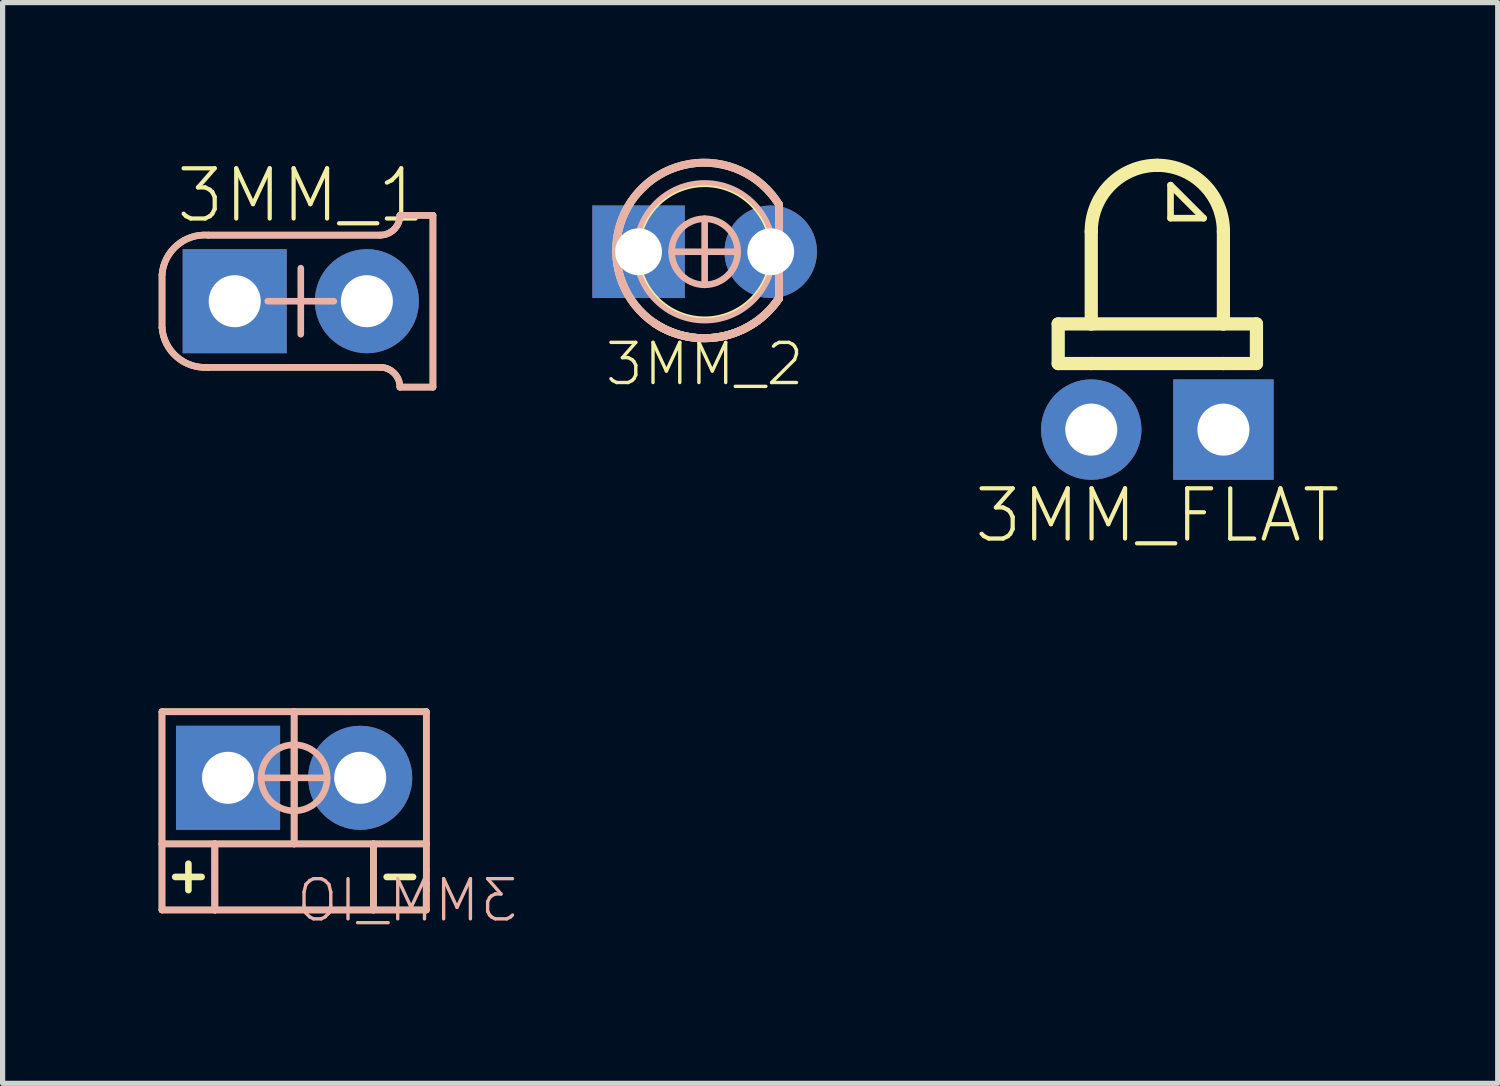
<source format=kicad_pcb>
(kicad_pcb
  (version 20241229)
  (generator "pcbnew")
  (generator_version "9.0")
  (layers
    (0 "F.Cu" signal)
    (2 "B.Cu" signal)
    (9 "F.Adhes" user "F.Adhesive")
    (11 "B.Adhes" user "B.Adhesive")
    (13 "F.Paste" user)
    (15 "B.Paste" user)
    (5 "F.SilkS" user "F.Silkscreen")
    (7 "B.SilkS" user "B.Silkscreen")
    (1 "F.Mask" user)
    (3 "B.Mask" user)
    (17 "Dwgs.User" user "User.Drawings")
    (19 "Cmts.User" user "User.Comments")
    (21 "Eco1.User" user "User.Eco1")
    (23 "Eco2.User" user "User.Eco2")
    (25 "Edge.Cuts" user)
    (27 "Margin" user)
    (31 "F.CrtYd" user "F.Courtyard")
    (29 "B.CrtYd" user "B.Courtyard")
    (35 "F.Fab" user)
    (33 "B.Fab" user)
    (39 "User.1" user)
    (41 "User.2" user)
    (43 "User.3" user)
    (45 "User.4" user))
  (footprint "3MM_IO"
    (layer "F.Cu")
    (at 2.603 11.899)
    (property "Reference" "3MM_IO" (at 0 1.905 0) (layer "B.SilkS") (effects (font (size 0.772 0.772) (thickness 0.065)) (justify right top mirror)))
    (attr through_hole)
    (fp_line (start -2.54 -1.27) (end 0 -1.27) (stroke (width 0.127) (type solid)) (layer "F.SilkS"))
    (fp_line (start -2.54 1.27) (end -2.54 -1.27) (stroke (width 0.127) (type solid)) (layer "F.SilkS"))
    (fp_line (start -2.54 2.54) (end -2.54 1.27) (stroke (width 0.127) (type solid)) (layer "F.SilkS"))
    (fp_line (start -2.286 1.905) (end -1.778 1.905) (stroke (width 0.127) (type solid)) (layer "F.SilkS"))
    (fp_line (start -2.032 1.651) (end -2.032 2.159) (stroke (width 0.127) (type solid)) (layer "F.SilkS"))
    (fp_line (start -1.524 1.27) (end -2.54 1.27) (stroke (width 0.127) (type solid)) (layer "F.SilkS"))
    (fp_line (start -1.524 1.27) (end -1.524 2.54) (stroke (width 0.127) (type solid)) (layer "F.SilkS"))
    (fp_line (start -1.524 2.54) (end -2.54 2.54) (stroke (width 0.127) (type solid)) (layer "F.SilkS"))
    (fp_line (start 0 1.27) (end -1.524 1.27) (stroke (width 0.127) (type solid)) (layer "F.SilkS"))
    (fp_line (start 0 1.27) (end 0 -1.27) (stroke (width 0.127) (type solid)) (layer "F.SilkS"))
    (fp_line (start 1.524 1.27) (end 0 1.27) (stroke (width 0.127) (type solid)) (layer "F.SilkS"))
    (fp_line (start 1.524 1.27) (end 1.524 2.54) (stroke (width 0.127) (type solid)) (layer "F.SilkS"))
    (fp_line (start 1.524 2.54) (end -1.524 2.54) (stroke (width 0.127) (type solid)) (layer "F.SilkS"))
    (fp_line (start 1.778 1.905) (end 2.286 1.905) (stroke (width 0.127) (type solid)) (layer "F.SilkS"))
    (fp_line (start 2.54 -1.27) (end 0 -1.27) (stroke (width 0.127) (type solid)) (layer "F.SilkS"))
    (fp_line (start 2.54 -1.27) (end 2.54 1.27) (stroke (width 0.127) (type solid)) (layer "F.SilkS"))
    (fp_line (start 2.54 1.27) (end 1.524 1.27) (stroke (width 0.127) (type solid)) (layer "F.SilkS"))
    (fp_line (start 2.54 1.27) (end 2.54 1.778) (stroke (width 0.127) (type solid)) (layer "F.SilkS"))
    (fp_line (start 2.54 1.778) (end 2.54 2.032) (stroke (width 0.127) (type solid)) (layer "F.SilkS"))
    (fp_line (start 2.54 2.032) (end 2.54 2.159) (stroke (width 0.127) (type solid)) (layer "F.SilkS"))
    (fp_line (start 2.54 2.159) (end 2.54 2.54) (stroke (width 0.127) (type solid)) (layer "F.SilkS"))
    (fp_line (start 2.54 2.54) (end 1.524 2.54) (stroke (width 0.127) (type solid)) (layer "F.SilkS"))
    (fp_line (start -2.54 -1.27) (end -2.54 1.27) (stroke (width 0.127) (type solid)) (layer "B.SilkS"))
    (fp_line (start -2.54 1.27) (end -2.54 2.54) (stroke (width 0.127) (type solid)) (layer "B.SilkS"))
    (fp_line (start -2.54 1.27) (end -1.524 1.27) (stroke (width 0.127) (type solid)) (layer "B.SilkS"))
    (fp_line (start -2.54 2.54) (end -1.524 2.54) (stroke (width 0.127) (type solid)) (layer "B.SilkS"))
    (fp_line (start -1.524 1.27) (end -1.524 2.54) (stroke (width 0.127) (type solid)) (layer "B.SilkS"))
    (fp_line (start -1.524 1.27) (end -1.524 2.54) (stroke (width 0.127) (type solid)) (layer "B.SilkS"))
    (fp_line (start -1.524 1.27) (end 0 1.27) (stroke (width 0.127) (type solid)) (layer "B.SilkS"))
    (fp_line (start -1.524 2.54) (end 1.524 2.54) (stroke (width 0.127) (type solid)) (layer "B.SilkS"))
    (fp_line (start -0.635 0) (end 0.635 0) (stroke (width 0.127) (type solid)) (layer "B.SilkS"))
    (fp_line (start 0 -1.27) (end -2.54 -1.27) (stroke (width 0.127) (type solid)) (layer "B.SilkS"))
    (fp_line (start 0 -1.27) (end 2.54 -1.27) (stroke (width 0.127) (type solid)) (layer "B.SilkS"))
    (fp_line (start 0 -0.635) (end 0 0.635) (stroke (width 0.127) (type solid)) (layer "B.SilkS"))
    (fp_line (start 0 1.27) (end 0 -1.27) (stroke (width 0.127) (type solid)) (layer "B.SilkS"))
    (fp_line (start 0 1.27) (end 1.524 1.27) (stroke (width 0.127) (type solid)) (layer "B.SilkS"))
    (fp_line (start 1.524 1.27) (end 1.524 2.54) (stroke (width 0.127) (type solid)) (layer "B.SilkS"))
    (fp_line (start 1.524 1.27) (end 2.54 1.27) (stroke (width 0.127) (type solid)) (layer "B.SilkS"))
    (fp_line (start 1.524 2.54) (end 2.54 2.54) (stroke (width 0.127) (type solid)) (layer "B.SilkS"))
    (fp_line (start 2.54 1.27) (end 2.54 -1.27) (stroke (width 0.127) (type solid)) (layer "B.SilkS"))
    (fp_line (start 2.54 2.159) (end 2.54 1.27) (stroke (width 0.127) (type solid)) (layer "B.SilkS"))
    (fp_line (start 2.54 2.54) (end 2.54 2.159) (stroke (width 0.127) (type solid)) (layer "B.SilkS"))
    (fp_circle (center 0 0) (end 0.635 0) (stroke (width 0.127) (type solid)) (fill no) (layer "B.SilkS"))
    (pad "A" thru_hole rect (at -1.27 0) (size 2 2) (drill 1) (layers "*.Cu" "*.Mask"))
    (pad "K" thru_hole oval (at 1.27 0) (size 2 2) (drill 1) (layers "*.Cu" "*.Mask")))
  (footprint "3MM_1"
    (layer "F.Cu")
    (at 2.731 2.739)
    (property "Reference" "3MM_1" (at 0 -2.032 0) (layer "F.SilkS") (effects (font (size 0.965 0.965) (thickness 0.081))))
    (attr through_hole)
    (fp_line (start -2.667 0.508) (end -2.667 -0.508) (stroke (width 0.127) (type solid)) (layer "F.SilkS"))
    (fp_line (start -1.778 -1.27) (end 1.524 -1.27) (stroke (width 0.127) (type solid)) (layer "F.SilkS"))
    (fp_line (start -1.778 1.27) (end 1.524 1.27) (stroke (width 0.127) (type solid)) (layer "F.SilkS"))
    (fp_line (start 1.905 -1.651) (end 2.54 -1.651) (stroke (width 0.127) (type solid)) (layer "F.SilkS"))
    (fp_line (start 2.54 -1.651) (end 2.54 1.651) (stroke (width 0.127) (type solid)) (layer "F.SilkS"))
    (fp_line (start 2.54 1.651) (end 1.905 1.651) (stroke (width 0.127) (type solid)) (layer "F.SilkS"))
    (fp_arc (start -2.667 -0.508) (mid -2.380315 -1.073118) (end -1.777999 -1.269999) (stroke (width 0.127) (type solid)) (layer "F.SilkS"))
    (fp_arc (start -1.778 1.27) (mid -2.380316 1.073118) (end -2.667001 0.507999) (stroke (width 0.127) (type solid)) (layer "F.SilkS"))
    (fp_arc (start 1.524 1.27) (mid 1.793408 1.381592) (end 1.905 1.651) (stroke (width 0.127) (type solid)) (layer "F.SilkS"))
    (fp_arc (start 1.905 -1.651) (mid 1.793408 -1.381592) (end 1.524 -1.27) (stroke (width 0.127) (type solid)) (layer "F.SilkS"))
    (fp_line (start -2.667 -0.508) (end -2.667 0.508) (stroke (width 0.127) (type solid)) (layer "B.SilkS"))
    (fp_line (start -1.778 -1.27) (end 1.524 -1.27) (stroke (width 0.127) (type solid)) (layer "B.SilkS"))
    (fp_line (start -1.778 1.27) (end 1.524 1.27) (stroke (width 0.127) (type solid)) (layer "B.SilkS"))
    (fp_line (start -0.635 0) (end 0.635 0) (stroke (width 0.127) (type solid)) (layer "B.SilkS"))
    (fp_line (start 0 -0.635) (end 0 0.635) (stroke (width 0.127) (type solid)) (layer "B.SilkS"))
    (fp_line (start 1.905 1.651) (end 2.54 1.651) (stroke (width 0.127) (type solid)) (layer "B.SilkS"))
    (fp_line (start 2.54 -1.651) (end 1.905 -1.651) (stroke (width 0.127) (type solid)) (layer "B.SilkS"))
    (fp_line (start 2.54 1.651) (end 2.54 -1.651) (stroke (width 0.127) (type solid)) (layer "B.SilkS"))
    (fp_arc (start -2.667001 -0.507999) (mid -2.380316 -1.073118) (end -1.778 -1.27) (stroke (width 0.127) (type solid)) (layer "B.SilkS"))
    (fp_arc (start -1.777999 1.269999) (mid -2.380315 1.073118) (end -2.667 0.508) (stroke (width 0.127) (type solid)) (layer "B.SilkS"))
    (fp_arc (start 1.524 1.27) (mid 1.793408 1.381592) (end 1.905 1.651) (stroke (width 0.127) (type solid)) (layer "B.SilkS"))
    (fp_arc (start 1.905 -1.651) (mid 1.793408 -1.381592) (end 1.524 -1.27) (stroke (width 0.127) (type solid)) (layer "B.SilkS"))
    (pad "1" thru_hole oval (at 1.27 0) (size 2 2) (drill 1) (layers "*.Cu" "*.Mask"))
    (pad "2" thru_hole rect (at -1.27 0) (size 2 2) (drill 1) (layers "*.Cu" "*.Mask")))
  (footprint "3MM_2"
    (layer "F.Cu")
    (at 10.493 1.789)
    (property "Reference" "3MM_2" (at 0 2.159 0) (layer "F.SilkS") (effects (font (size 0.772 0.772) (thickness 0.065))))
    (attr through_hole)
    (fp_line (start 1.43 0.891) (end 1.43 -0.905) (stroke (width 0.152) (type solid)) (layer "F.SilkS"))
    (fp_arc (start -0.9652 1.3716) (mid -1.175339 -1.247497) (end 1.429744 -0.904904) (stroke (width 0.1524) (type solid)) (layer "F.SilkS"))
    (fp_arc (start 1.429734 0.891113) (mid 0.331779 1.627363) (end -0.9652 1.371599) (stroke (width 0.1524) (type solid)) (layer "F.SilkS"))
    (fp_arc (start 1.429734 0.891113) (mid 0.331779 1.627363) (end -0.9652 1.371599) (stroke (width 0.1524) (type solid)) (layer "F.SilkS"))
    (fp_circle (center 0 0) (end 1.295 0) (stroke (width 0.102) (type solid)) (fill no) (layer "F.SilkS"))
    (fp_line (start -0.635 0) (end 0.635 0) (stroke (width 0.127) (type solid)) (layer "B.SilkS"))
    (fp_line (start 0 -0.635) (end 0 0.635) (stroke (width 0.127) (type solid)) (layer "B.SilkS"))
    (fp_line (start 1.43 0.891) (end 1.43 -0.905) (stroke (width 0.152) (type solid)) (layer "B.SilkS"))
    (fp_arc (start -0.9652 1.3716) (mid -1.175339 -1.247497) (end 1.429744 -0.904904) (stroke (width 0.1524) (type solid)) (layer "B.SilkS"))
    (fp_arc (start 1.429734 0.891113) (mid 0.331779 1.627363) (end -0.9652 1.371599) (stroke (width 0.1524) (type solid)) (layer "B.SilkS"))
    (fp_arc (start 1.429734 0.891113) (mid 0.331779 1.627363) (end -0.9652 1.371599) (stroke (width 0.1524) (type solid)) (layer "B.SilkS"))
    (fp_circle (center 0 0) (end 0.635 0) (stroke (width 0.127) (type solid)) (fill no) (layer "B.SilkS"))
    (fp_circle (center 0 0) (end 1.326 0) (stroke (width 0.102) (type solid)) (fill no) (layer "B.SilkS"))
    (pad "1" thru_hole oval (at 1.27 0) (size 1.778 1.778) (drill 0.9) (layers "*.Cu" "*.Mask"))
    (pad "2" thru_hole rect (at -1.27 0) (size 1.778 1.778) (drill 0.9) (layers "*.Cu" "*.Mask")))
  (footprint "3MM_FLAT"
    (layer "F.Cu")
    (at 19.193 5.207)
    (property "Reference" "3MM_FLAT" (at 0 1.651 0) (layer "F.SilkS") (effects (font (size 0.965 0.965) (thickness 0.081))))
    (attr through_hole)
    (fp_line (start -1.905 -2.032) (end -1.27 -2.032) (stroke (width 0.254) (type solid)) (layer "F.SilkS"))
    (fp_line (start -1.905 -1.27) (end -1.905 -2.032) (stroke (width 0.254) (type solid)) (layer "F.SilkS"))
    (fp_line (start -1.27 -2.032) (end -1.27 -3.81) (stroke (width 0.254) (type solid)) (layer "F.SilkS"))
    (fp_line (start -1.27 -2.032) (end 1.27 -2.032) (stroke (width 0.254) (type solid)) (layer "F.SilkS"))
    (fp_line (start -1.27 -1.27) (end -1.905 -1.27) (stroke (width 0.254) (type solid)) (layer "F.SilkS"))
    (fp_line (start 0.254 -4.699) (end 0.889 -4.064) (stroke (width 0.127) (type solid)) (layer "F.SilkS"))
    (fp_line (start 0.254 -4.064) (end 0.254 -4.699) (stroke (width 0.127) (type solid)) (layer "F.SilkS"))
    (fp_line (start 0.889 -4.064) (end 0.254 -4.064) (stroke (width 0.127) (type solid)) (layer "F.SilkS"))
    (fp_line (start 1.27 -3.81) (end 1.27 -2.032) (stroke (width 0.254) (type solid)) (layer "F.SilkS"))
    (fp_line (start 1.27 -2.032) (end 1.905 -2.032) (stroke (width 0.254) (type solid)) (layer "F.SilkS"))
    (fp_line (start 1.27 -1.27) (end -1.27 -1.27) (stroke (width 0.254) (type solid)) (layer "F.SilkS"))
    (fp_line (start 1.905 -2.032) (end 1.905 -1.27) (stroke (width 0.254) (type solid)) (layer "F.SilkS"))
    (fp_line (start 1.905 -1.27) (end 1.27 -1.27) (stroke (width 0.254) (type solid)) (layer "F.SilkS"))
    (fp_arc (start -1.27 -3.81) (mid -0.898026 -4.708026) (end 0 -5.08) (stroke (width 0.254) (type solid)) (layer "F.SilkS"))
    (fp_arc (start 0 -5.08) (mid 0.898026 -4.708026) (end 1.27 -3.81) (stroke (width 0.254) (type solid)) (layer "F.SilkS"))
    (pad "1" thru_hole oval (at -1.27 0) (size 1.93 1.93) (drill 1) (layers "*.Cu" "*.Mask"))
    (pad "2" thru_hole rect (at 1.27 0) (size 1.93 1.93) (drill 1) (layers "*.Cu" "*.Mask")))
  (gr_rect
    (start -3 -3)
    (end 25.735 17.771)
    (stroke (width 0.1) (type default))
    (fill no)
    (layer "Edge.Cuts")))
</source>
